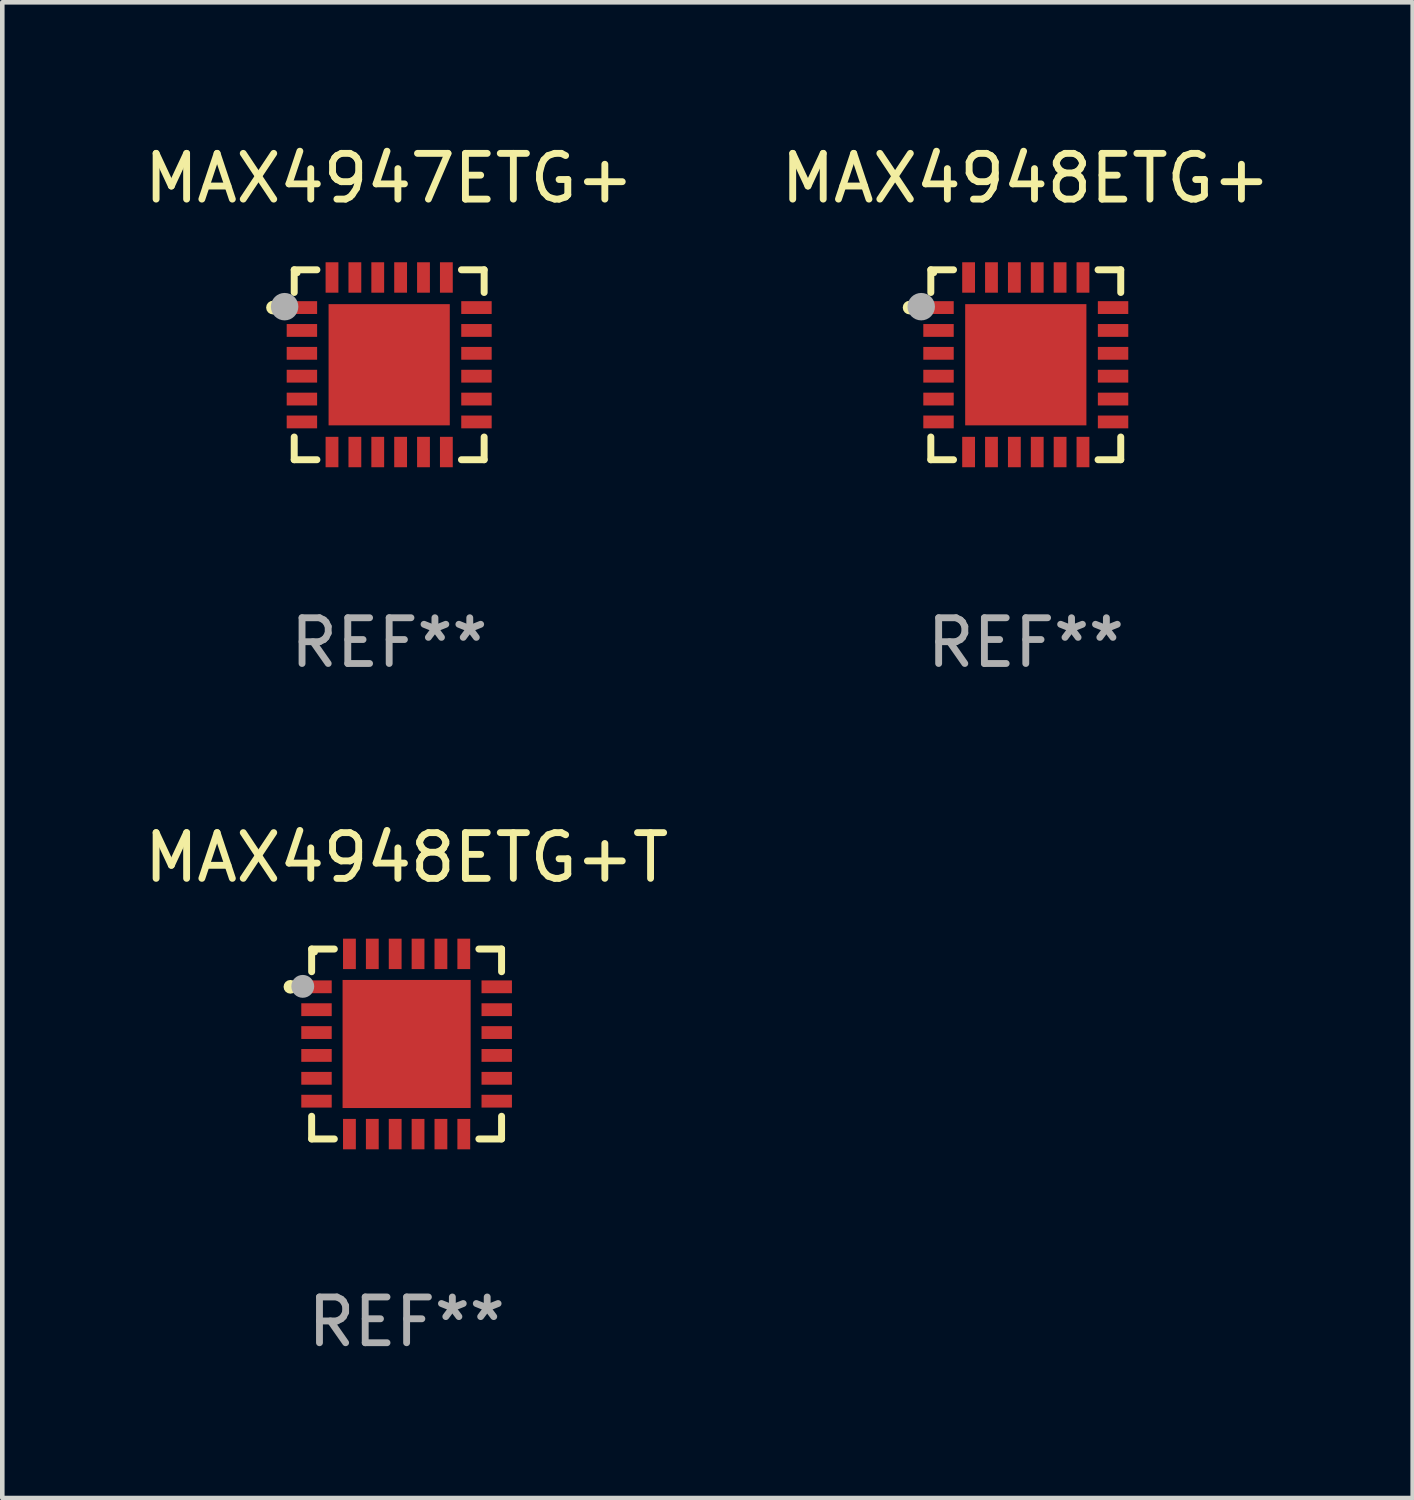
<source format=kicad_pcb>
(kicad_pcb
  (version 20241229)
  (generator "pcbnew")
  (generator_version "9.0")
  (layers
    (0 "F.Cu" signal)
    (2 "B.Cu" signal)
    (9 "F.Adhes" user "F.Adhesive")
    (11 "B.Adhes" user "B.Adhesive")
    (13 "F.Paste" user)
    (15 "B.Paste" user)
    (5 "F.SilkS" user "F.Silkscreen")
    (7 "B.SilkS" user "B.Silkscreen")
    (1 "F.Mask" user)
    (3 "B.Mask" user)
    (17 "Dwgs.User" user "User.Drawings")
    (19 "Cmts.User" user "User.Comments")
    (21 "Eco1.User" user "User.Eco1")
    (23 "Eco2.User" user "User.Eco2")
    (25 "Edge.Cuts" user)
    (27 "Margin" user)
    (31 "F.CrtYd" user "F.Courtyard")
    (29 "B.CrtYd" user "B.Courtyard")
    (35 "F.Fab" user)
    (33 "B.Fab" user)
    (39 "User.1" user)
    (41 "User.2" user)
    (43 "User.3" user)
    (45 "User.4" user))
  (footprint "MAX4948ETG+"
    (layer "F.Cu")
    (at 19.375 4.924)
    (property "Reference" "MAX4948ETG+" (at 0 -4.076 0) (layer "F.SilkS") (effects (font (size 1 1) (thickness 0.15))))
    (attr through_hole)
    (fp_line (start -2.076 -2.076) (end -2.076 -1.58) (stroke (width 0.152) (type solid)) (layer "F.SilkS"))
    (fp_line (start -2.076 2.076) (end -2.076 1.58) (stroke (width 0.152) (type solid)) (layer "F.SilkS"))
    (fp_line (start -1.58 -2.076) (end -2.076 -2.076) (stroke (width 0.152) (type solid)) (layer "F.SilkS"))
    (fp_line (start -1.58 2.076) (end -2.076 2.076) (stroke (width 0.152) (type solid)) (layer "F.SilkS"))
    (fp_line (start 1.58 -2.076) (end 2.076 -2.076) (stroke (width 0.152) (type solid)) (layer "F.SilkS"))
    (fp_line (start 1.58 2.076) (end 2.076 2.076) (stroke (width 0.152) (type solid)) (layer "F.SilkS"))
    (fp_line (start 2.076 -2.076) (end 2.076 -1.58) (stroke (width 0.152) (type solid)) (layer "F.SilkS"))
    (fp_line (start 2.076 2.076) (end 2.076 1.58) (stroke (width 0.152) (type solid)) (layer "F.SilkS"))
    (fp_circle (center -2.54 -1.25) (end -2.465 -1.25) (stroke (width 0.15) (type solid)) (fill no) (layer "F.SilkS"))
    (fp_circle (center -2 -2) (end -1.97 -2) (stroke (width 0.06) (type solid)) (fill no) (layer "F.SilkS"))
    (fp_circle (center -2.286 -1.27) (end -2.136 -1.27) (stroke (width 0.3) (type solid)) (fill no) (layer "F.Fab"))
    (fp_text user "REF**" (at 0 6.076 0) (layer "F.Fab") (effects (font (size 1 1) (thickness 0.15))))
    (pad "1" smd rect (at -1.908 -1.25) (size 0.665 0.28) (layers "F.Cu" "F.Mask" "F.Paste"))
    (pad "2" smd rect (at -1.908 -0.75) (size 0.665 0.28) (layers "F.Cu" "F.Mask" "F.Paste"))
    (pad "3" smd rect (at -1.908 -0.25) (size 0.665 0.28) (layers "F.Cu" "F.Mask" "F.Paste"))
    (pad "4" smd rect (at -1.908 0.25) (size 0.665 0.28) (layers "F.Cu" "F.Mask" "F.Paste"))
    (pad "5" smd rect (at -1.908 0.75) (size 0.665 0.28) (layers "F.Cu" "F.Mask" "F.Paste"))
    (pad "6" smd rect (at -1.908 1.25) (size 0.665 0.28) (layers "F.Cu" "F.Mask" "F.Paste"))
    (pad "7" smd rect (at -1.25 1.908) (size 0.28 0.665) (layers "F.Cu" "F.Mask" "F.Paste"))
    (pad "8" smd rect (at -0.75 1.908) (size 0.28 0.665) (layers "F.Cu" "F.Mask" "F.Paste"))
    (pad "9" smd rect (at -0.25 1.908) (size 0.28 0.665) (layers "F.Cu" "F.Mask" "F.Paste"))
    (pad "10" smd rect (at 0.25 1.908) (size 0.28 0.665) (layers "F.Cu" "F.Mask" "F.Paste"))
    (pad "11" smd rect (at 0.75 1.908) (size 0.28 0.665) (layers "F.Cu" "F.Mask" "F.Paste"))
    (pad "12" smd rect (at 1.25 1.908) (size 0.28 0.665) (layers "F.Cu" "F.Mask" "F.Paste"))
    (pad "13" smd rect (at 1.908 1.25) (size 0.665 0.28) (layers "F.Cu" "F.Mask" "F.Paste"))
    (pad "14" smd rect (at 1.908 0.75) (size 0.665 0.28) (layers "F.Cu" "F.Mask" "F.Paste"))
    (pad "15" smd rect (at 1.908 0.25) (size 0.665 0.28) (layers "F.Cu" "F.Mask" "F.Paste"))
    (pad "16" smd rect (at 1.908 -0.25) (size 0.665 0.28) (layers "F.Cu" "F.Mask" "F.Paste"))
    (pad "17" smd rect (at 1.908 -0.75) (size 0.665 0.28) (layers "F.Cu" "F.Mask" "F.Paste"))
    (pad "18" smd rect (at 1.908 -1.25) (size 0.665 0.28) (layers "F.Cu" "F.Mask" "F.Paste"))
    (pad "19" smd rect (at 1.25 -1.908) (size 0.28 0.665) (layers "F.Cu" "F.Mask" "F.Paste"))
    (pad "20" smd rect (at 0.75 -1.908) (size 0.28 0.665) (layers "F.Cu" "F.Mask" "F.Paste"))
    (pad "21" smd rect (at 0.25 -1.908) (size 0.28 0.665) (layers "F.Cu" "F.Mask" "F.Paste"))
    (pad "22" smd rect (at -0.25 -1.908) (size 0.28 0.665) (layers "F.Cu" "F.Mask" "F.Paste"))
    (pad "23" smd rect (at -0.75 -1.908) (size 0.28 0.665) (layers "F.Cu" "F.Mask" "F.Paste"))
    (pad "24" smd rect (at -1.25 -1.908) (size 0.28 0.665) (layers "F.Cu" "F.Mask" "F.Paste"))
    (pad "25" smd rect (at 0 0) (size 2.65 2.65) (layers "F.Cu" "F.Mask" "F.Paste")))
  (footprint "MAX4947ETG+"
    (layer "F.Cu")
    (at 5.458 4.924)
    (property "Reference" "MAX4947ETG+" (at 0 -4.076 0) (layer "F.SilkS") (effects (font (size 1 1) (thickness 0.15))))
    (attr through_hole)
    (fp_line (start -2.076 -2.076) (end -2.076 -1.58) (stroke (width 0.152) (type solid)) (layer "F.SilkS"))
    (fp_line (start -2.076 2.076) (end -2.076 1.58) (stroke (width 0.152) (type solid)) (layer "F.SilkS"))
    (fp_line (start -1.58 -2.076) (end -2.076 -2.076) (stroke (width 0.152) (type solid)) (layer "F.SilkS"))
    (fp_line (start -1.58 2.076) (end -2.076 2.076) (stroke (width 0.152) (type solid)) (layer "F.SilkS"))
    (fp_line (start 1.58 -2.076) (end 2.076 -2.076) (stroke (width 0.152) (type solid)) (layer "F.SilkS"))
    (fp_line (start 1.58 2.076) (end 2.076 2.076) (stroke (width 0.152) (type solid)) (layer "F.SilkS"))
    (fp_line (start 2.076 -2.076) (end 2.076 -1.58) (stroke (width 0.152) (type solid)) (layer "F.SilkS"))
    (fp_line (start 2.076 2.076) (end 2.076 1.58) (stroke (width 0.152) (type solid)) (layer "F.SilkS"))
    (fp_circle (center -2.54 -1.25) (end -2.465 -1.25) (stroke (width 0.15) (type solid)) (fill no) (layer "F.SilkS"))
    (fp_circle (center -2 -2) (end -1.97 -2) (stroke (width 0.06) (type solid)) (fill no) (layer "F.SilkS"))
    (fp_circle (center -2.286 -1.27) (end -2.136 -1.27) (stroke (width 0.3) (type solid)) (fill no) (layer "F.Fab"))
    (fp_text user "REF**" (at 0 6.076 0) (layer "F.Fab") (effects (font (size 1 1) (thickness 0.15))))
    (pad "1" smd rect (at -1.908 -1.25) (size 0.665 0.28) (layers "F.Cu" "F.Mask" "F.Paste"))
    (pad "2" smd rect (at -1.908 -0.75) (size 0.665 0.28) (layers "F.Cu" "F.Mask" "F.Paste"))
    (pad "3" smd rect (at -1.908 -0.25) (size 0.665 0.28) (layers "F.Cu" "F.Mask" "F.Paste"))
    (pad "4" smd rect (at -1.908 0.25) (size 0.665 0.28) (layers "F.Cu" "F.Mask" "F.Paste"))
    (pad "5" smd rect (at -1.908 0.75) (size 0.665 0.28) (layers "F.Cu" "F.Mask" "F.Paste"))
    (pad "6" smd rect (at -1.908 1.25) (size 0.665 0.28) (layers "F.Cu" "F.Mask" "F.Paste"))
    (pad "7" smd rect (at -1.25 1.908) (size 0.28 0.665) (layers "F.Cu" "F.Mask" "F.Paste"))
    (pad "8" smd rect (at -0.75 1.908) (size 0.28 0.665) (layers "F.Cu" "F.Mask" "F.Paste"))
    (pad "9" smd rect (at -0.25 1.908) (size 0.28 0.665) (layers "F.Cu" "F.Mask" "F.Paste"))
    (pad "10" smd rect (at 0.25 1.908) (size 0.28 0.665) (layers "F.Cu" "F.Mask" "F.Paste"))
    (pad "11" smd rect (at 0.75 1.908) (size 0.28 0.665) (layers "F.Cu" "F.Mask" "F.Paste"))
    (pad "12" smd rect (at 1.25 1.908) (size 0.28 0.665) (layers "F.Cu" "F.Mask" "F.Paste"))
    (pad "13" smd rect (at 1.908 1.25) (size 0.665 0.28) (layers "F.Cu" "F.Mask" "F.Paste"))
    (pad "14" smd rect (at 1.908 0.75) (size 0.665 0.28) (layers "F.Cu" "F.Mask" "F.Paste"))
    (pad "15" smd rect (at 1.908 0.25) (size 0.665 0.28) (layers "F.Cu" "F.Mask" "F.Paste"))
    (pad "16" smd rect (at 1.908 -0.25) (size 0.665 0.28) (layers "F.Cu" "F.Mask" "F.Paste"))
    (pad "17" smd rect (at 1.908 -0.75) (size 0.665 0.28) (layers "F.Cu" "F.Mask" "F.Paste"))
    (pad "18" smd rect (at 1.908 -1.25) (size 0.665 0.28) (layers "F.Cu" "F.Mask" "F.Paste"))
    (pad "19" smd rect (at 1.25 -1.908) (size 0.28 0.665) (layers "F.Cu" "F.Mask" "F.Paste"))
    (pad "20" smd rect (at 0.75 -1.908) (size 0.28 0.665) (layers "F.Cu" "F.Mask" "F.Paste"))
    (pad "21" smd rect (at 0.25 -1.908) (size 0.28 0.665) (layers "F.Cu" "F.Mask" "F.Paste"))
    (pad "22" smd rect (at -0.25 -1.908) (size 0.28 0.665) (layers "F.Cu" "F.Mask" "F.Paste"))
    (pad "23" smd rect (at -0.75 -1.908) (size 0.28 0.665) (layers "F.Cu" "F.Mask" "F.Paste"))
    (pad "24" smd rect (at -1.25 -1.908) (size 0.28 0.665) (layers "F.Cu" "F.Mask" "F.Paste"))
    (pad "25" smd rect (at 0 0) (size 2.65 2.65) (layers "F.Cu" "F.Mask" "F.Paste")))
  (footprint "MAX4948ETG+T"
    (layer "F.Cu")
    (at 5.839 19.773)
    (property "Reference" "MAX4948ETG+T" (at 0 -4.076 0) (layer "F.SilkS") (effects (font (size 1 1) (thickness 0.15))))
    (attr through_hole)
    (fp_line (start -2.076 -2.076) (end -2.076 -1.58) (stroke (width 0.152) (type solid)) (layer "F.SilkS"))
    (fp_line (start -2.076 2.076) (end -2.076 1.58) (stroke (width 0.152) (type solid)) (layer "F.SilkS"))
    (fp_line (start -1.58 -2.076) (end -2.076 -2.076) (stroke (width 0.152) (type solid)) (layer "F.SilkS"))
    (fp_line (start -1.58 2.076) (end -2.076 2.076) (stroke (width 0.152) (type solid)) (layer "F.SilkS"))
    (fp_line (start 1.58 -2.076) (end 2.076 -2.076) (stroke (width 0.152) (type solid)) (layer "F.SilkS"))
    (fp_line (start 1.58 2.076) (end 2.076 2.076) (stroke (width 0.152) (type solid)) (layer "F.SilkS"))
    (fp_line (start 2.076 -2.076) (end 2.076 -1.58) (stroke (width 0.152) (type solid)) (layer "F.SilkS"))
    (fp_line (start 2.076 2.076) (end 2.076 1.58) (stroke (width 0.152) (type solid)) (layer "F.SilkS"))
    (fp_circle (center -2.54 -1.25) (end -2.465 -1.25) (stroke (width 0.15) (type solid)) (fill no) (layer "F.SilkS"))
    (fp_circle (center -2 -2) (end -1.97 -2) (stroke (width 0.06) (type solid)) (fill no) (layer "F.SilkS"))
    (fp_circle (center -2.27 -1.26) (end -2.145 -1.26) (stroke (width 0.25) (type solid)) (fill no) (layer "F.Fab"))
    (fp_text user "REF**" (at 0 6.076 0) (layer "F.Fab") (effects (font (size 1 1) (thickness 0.15))))
    (pad "1" smd rect (at -1.97 -1.25) (size 0.665 0.28) (layers "F.Cu" "F.Mask" "F.Paste"))
    (pad "2" smd rect (at -1.97 -0.75) (size 0.665 0.28) (layers "F.Cu" "F.Mask" "F.Paste"))
    (pad "3" smd rect (at -1.97 -0.25) (size 0.665 0.28) (layers "F.Cu" "F.Mask" "F.Paste"))
    (pad "4" smd rect (at -1.97 0.25) (size 0.665 0.28) (layers "F.Cu" "F.Mask" "F.Paste"))
    (pad "5" smd rect (at -1.97 0.75) (size 0.665 0.28) (layers "F.Cu" "F.Mask" "F.Paste"))
    (pad "6" smd rect (at -1.97 1.25) (size 0.665 0.28) (layers "F.Cu" "F.Mask" "F.Paste"))
    (pad "7" smd rect (at -1.25 1.97) (size 0.28 0.665) (layers "F.Cu" "F.Mask" "F.Paste"))
    (pad "8" smd rect (at -0.75 1.97) (size 0.28 0.665) (layers "F.Cu" "F.Mask" "F.Paste"))
    (pad "9" smd rect (at -0.25 1.97) (size 0.28 0.665) (layers "F.Cu" "F.Mask" "F.Paste"))
    (pad "10" smd rect (at 0.25 1.97) (size 0.28 0.665) (layers "F.Cu" "F.Mask" "F.Paste"))
    (pad "11" smd rect (at 0.75 1.97) (size 0.28 0.665) (layers "F.Cu" "F.Mask" "F.Paste"))
    (pad "12" smd rect (at 1.25 1.97) (size 0.28 0.665) (layers "F.Cu" "F.Mask" "F.Paste"))
    (pad "13" smd rect (at 1.97 1.25) (size 0.665 0.28) (layers "F.Cu" "F.Mask" "F.Paste"))
    (pad "14" smd rect (at 1.97 0.75) (size 0.665 0.28) (layers "F.Cu" "F.Mask" "F.Paste"))
    (pad "15" smd rect (at 1.97 0.25) (size 0.665 0.28) (layers "F.Cu" "F.Mask" "F.Paste"))
    (pad "16" smd rect (at 1.97 -0.25) (size 0.665 0.28) (layers "F.Cu" "F.Mask" "F.Paste"))
    (pad "17" smd rect (at 1.97 -0.75) (size 0.665 0.28) (layers "F.Cu" "F.Mask" "F.Paste"))
    (pad "18" smd rect (at 1.97 -1.25) (size 0.665 0.28) (layers "F.Cu" "F.Mask" "F.Paste"))
    (pad "19" smd rect (at 1.25 -1.97) (size 0.28 0.665) (layers "F.Cu" "F.Mask" "F.Paste"))
    (pad "20" smd rect (at 0.75 -1.97) (size 0.28 0.665) (layers "F.Cu" "F.Mask" "F.Paste"))
    (pad "21" smd rect (at 0.25 -1.97) (size 0.28 0.665) (layers "F.Cu" "F.Mask" "F.Paste"))
    (pad "22" smd rect (at -0.25 -1.97) (size 0.28 0.665) (layers "F.Cu" "F.Mask" "F.Paste"))
    (pad "23" smd rect (at -0.75 -1.97) (size 0.28 0.665) (layers "F.Cu" "F.Mask" "F.Paste"))
    (pad "24" smd rect (at -1.25 -1.97) (size 0.28 0.665) (layers "F.Cu" "F.Mask" "F.Paste"))
    (pad "25" smd rect (at 0 0) (size 2.8 2.8) (layers "F.Cu" "F.Mask" "F.Paste")))
  (gr_rect
    (start -3 -3)
    (end 27.833 29.698)
    (stroke (width 0.1) (type default))
    (fill no)
    (layer "Edge.Cuts")))
</source>
